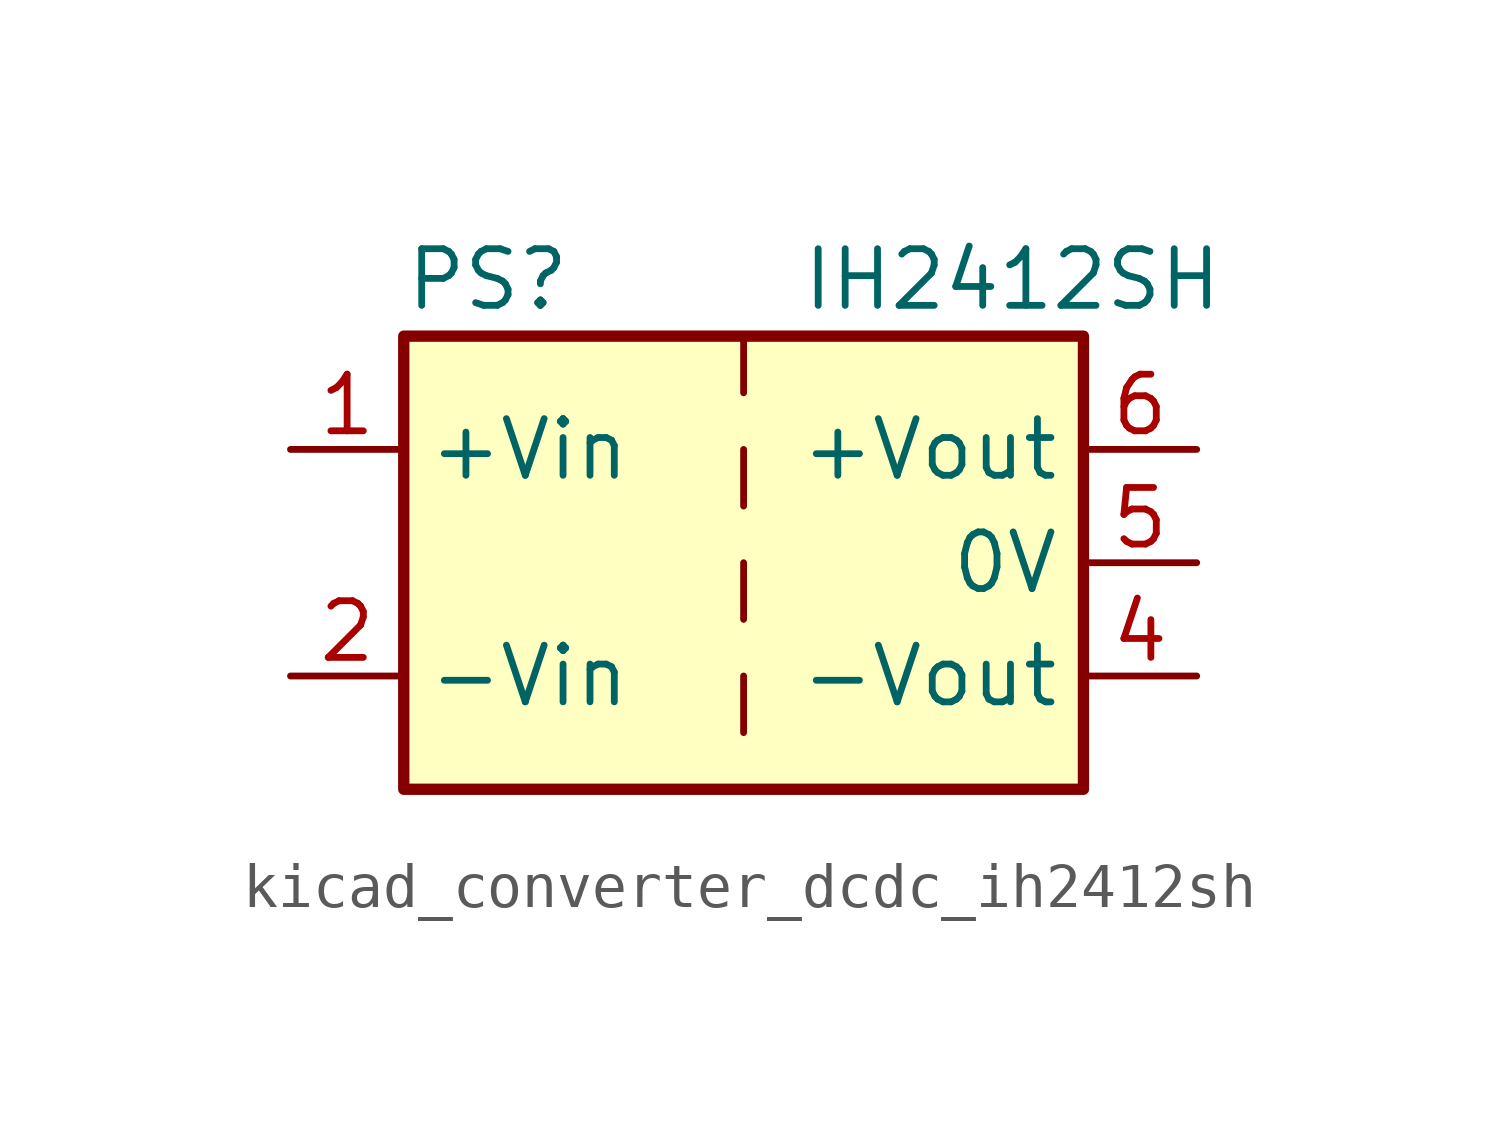
<source format=kicad_sym>
(kicad_symbol_lib
  (version 20220914)
  (generator kicad_symbol_editor)
  (symbol "kicad_converter_dcdc_ih2412sh"
    (property "Reference" "PS"
      (at -7.62 6.35 0)
      (effects (font (size 1.27 1.27)) (justify left)))
    (property "Value" "IH2412SH"
      (at 1.27 6.35 0)
      (effects (font (size 1.27 1.27)) (justify left)))
    (symbol "kicad_converter_dcdc_ih2412sh_0_0"
      (pin power_in line (at -10.16 2.54 0) (length 2.54) (name "+Vin" (effects (font (size 1.27 1.27)))) (number "1" (effects (font (size 1.27 1.27)))))
      (pin power_in line (at -10.16 -2.54 0) (length 2.54) (name "-Vin" (effects (font (size 1.27 1.27)))) (number "2" (effects (font (size 1.27 1.27)))))
      (pin power_out line (at 10.16 -2.54 180) (length 2.54) (name "-Vout" (effects (font (size 1.27 1.27)))) (number "4" (effects (font (size 1.27 1.27)))))
      (pin power_out line (at 10.16 0 180) (length 2.54) (name "0V" (effects (font (size 1.27 1.27)))) (number "5" (effects (font (size 1.27 1.27)))))
      (pin power_out line (at 10.16 2.54 180) (length 2.54) (name "+Vout" (effects (font (size 1.27 1.27)))) (number "6" (effects (font (size 1.27 1.27))))))
    (symbol "kicad_converter_dcdc_ih2412sh_0_1"
      (rectangle (start -7.62 5.08) (end 7.62 -5.08) (stroke (width 0.254) (type default)) (fill (type background)))
      (polyline (pts (xy 0 -2.54) (xy 0 -3.81)) (stroke (width 0) (type default)) (fill (type none)))
      (polyline (pts (xy 0 0) (xy 0 -1.27)) (stroke (width 0) (type default)) (fill (type none)))
      (polyline (pts (xy 0 2.54) (xy 0 1.27)) (stroke (width 0) (type default)) (fill (type none)))
      (polyline (pts (xy 0 5.08) (xy 0 3.81)) (stroke (width 0) (type default)) (fill (type none))))))
</source>
